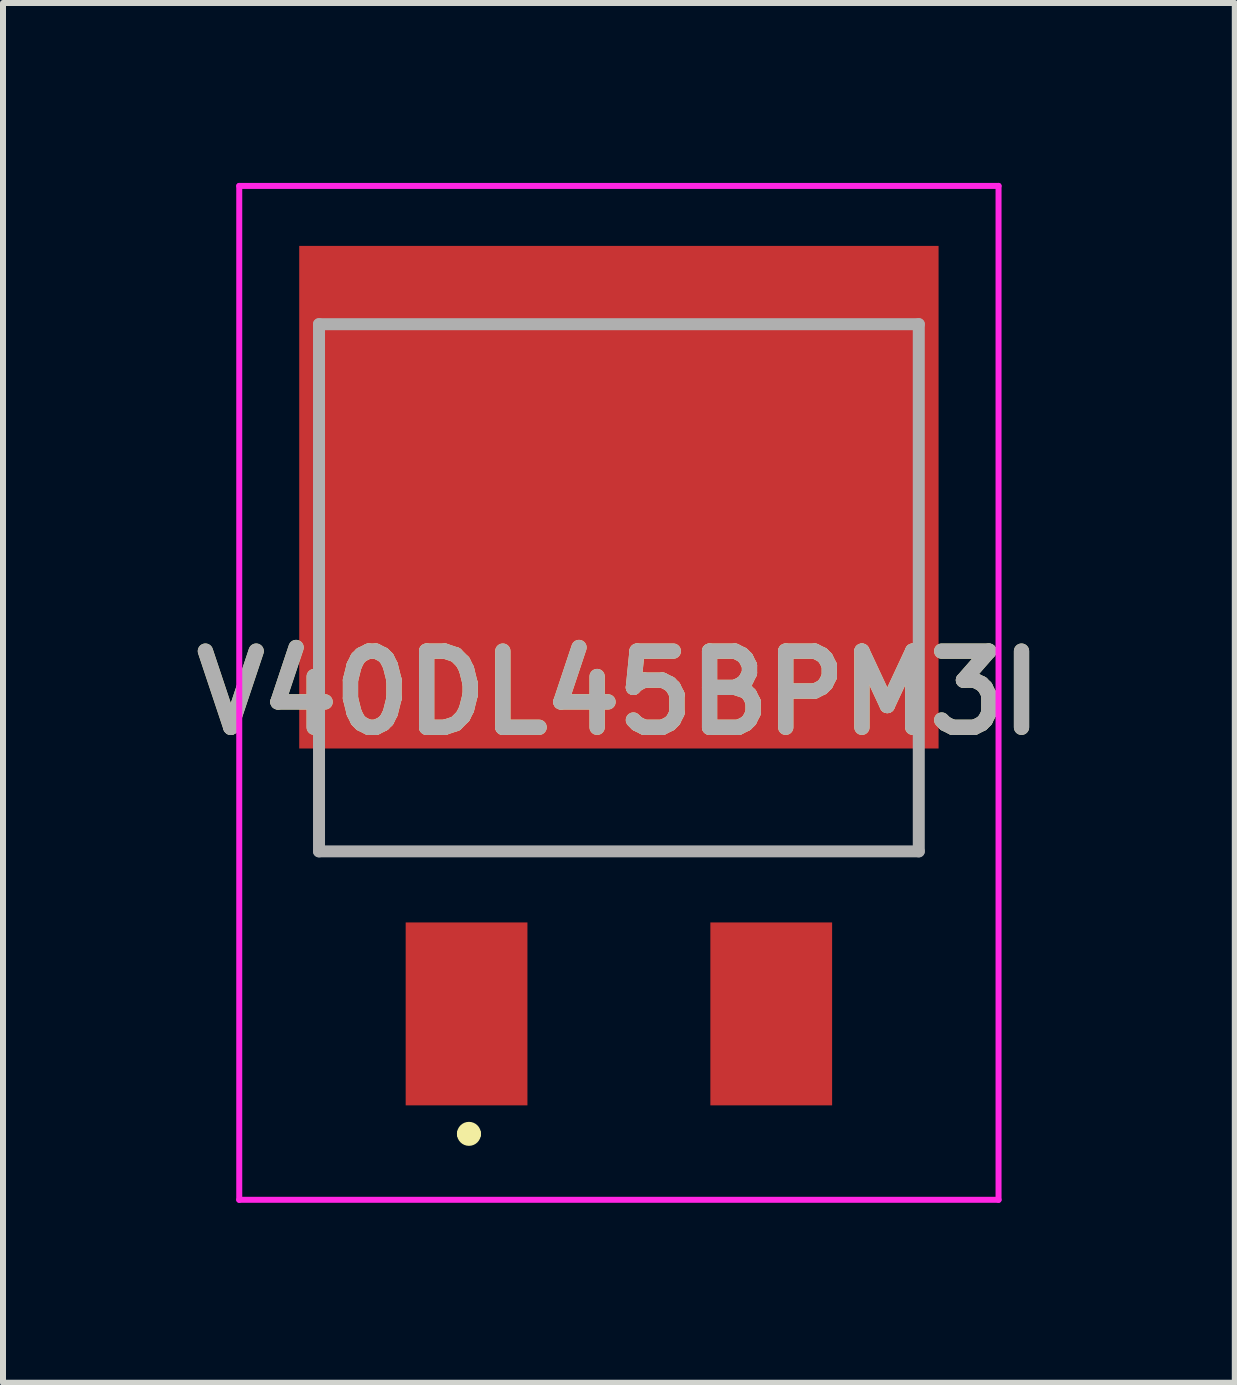
<source format=kicad_pcb>
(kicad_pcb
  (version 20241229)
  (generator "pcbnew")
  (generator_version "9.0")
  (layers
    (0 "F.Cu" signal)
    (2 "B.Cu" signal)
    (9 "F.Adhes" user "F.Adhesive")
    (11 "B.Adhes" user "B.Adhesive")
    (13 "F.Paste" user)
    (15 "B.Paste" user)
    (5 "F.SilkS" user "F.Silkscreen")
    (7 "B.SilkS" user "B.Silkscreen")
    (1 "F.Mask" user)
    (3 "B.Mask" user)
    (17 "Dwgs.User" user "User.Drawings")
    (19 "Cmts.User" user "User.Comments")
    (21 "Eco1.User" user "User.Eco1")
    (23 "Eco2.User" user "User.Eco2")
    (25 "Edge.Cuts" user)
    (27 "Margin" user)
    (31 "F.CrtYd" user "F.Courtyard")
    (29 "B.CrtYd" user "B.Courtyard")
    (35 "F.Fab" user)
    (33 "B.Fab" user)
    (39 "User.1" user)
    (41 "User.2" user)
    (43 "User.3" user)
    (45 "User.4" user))
  (footprint "V40DL45BPM3I"
    (layer "F.Cu")
    (at 7.269 2.355)
    (property "Reference" "V40DL45BPM3I" (at 0 6.147 0) (layer "F.SilkS") (effects (font (size 1.27 1.27) (thickness 0.254))))
    (attr smd)
    (fp_line (start -5 7.5) (end -5 8.79) (stroke (width 0.1) (type solid)) (layer "F.SilkS"))
    (fp_line (start -5 8.79) (end 5 8.79) (stroke (width 0.1) (type solid)) (layer "F.SilkS"))
    (fp_line (start -2.6 13.5) (end -2.6 13.5) (stroke (width 0.2) (type solid)) (layer "F.SilkS"))
    (fp_line (start -2.4 13.5) (end -2.4 13.5) (stroke (width 0.2) (type solid)) (layer "F.SilkS"))
    (fp_line (start 5 8.79) (end 5 7.5) (stroke (width 0.1) (type solid)) (layer "F.SilkS"))
    (fp_arc (start -2.6 13.5) (mid -2.5 13.4) (end -2.4 13.5) (stroke (width 0.2) (type solid)) (layer "F.SilkS"))
    (fp_arc (start -2.4 13.5) (mid -2.5 13.6) (end -2.6 13.5) (stroke (width 0.2) (type solid)) (layer "F.SilkS"))
    (fp_line (start -6.33 -2.305) (end 6.33 -2.305) (stroke (width 0.1) (type solid)) (layer "F.CrtYd"))
    (fp_line (start -6.33 14.6) (end -6.33 -2.305) (stroke (width 0.1) (type solid)) (layer "F.CrtYd"))
    (fp_line (start 6.33 -2.305) (end 6.33 14.6) (stroke (width 0.1) (type solid)) (layer "F.CrtYd"))
    (fp_line (start 6.33 14.6) (end -6.33 14.6) (stroke (width 0.1) (type solid)) (layer "F.CrtYd"))
    (fp_line (start -5 0) (end 5 0) (stroke (width 0.2) (type solid)) (layer "F.Fab"))
    (fp_line (start -5 8.79) (end -5 0) (stroke (width 0.2) (type solid)) (layer "F.Fab"))
    (fp_line (start 5 0) (end 5 8.79) (stroke (width 0.2) (type solid)) (layer "F.Fab"))
    (fp_line (start 5 8.79) (end -5 8.79) (stroke (width 0.2) (type solid)) (layer "F.Fab"))
    (fp_text user "${REFERENCE}" (at 0 6.147 0) (layer "F.Fab") (effects (font (size 1.27 1.27) (thickness 0.254))))
    (pad "1" smd rect (at -2.54 11.5) (size 2.03 3.05) (layers "F.Cu" "F.Mask" "F.Paste"))
    (pad "2" smd rect (at 2.54 11.5) (size 2.03 3.05) (layers "F.Cu" "F.Mask" "F.Paste"))
    (pad "3" smd rect (at 0 2.885 90) (size 8.38 10.66) (layers "F.Cu" "F.Mask" "F.Paste")))
  (gr_rect
    (start -3 -3)
    (end 17.538 20.005)
    (stroke (width 0.1) (type default))
    (fill no)
    (layer "Edge.Cuts")))
</source>
